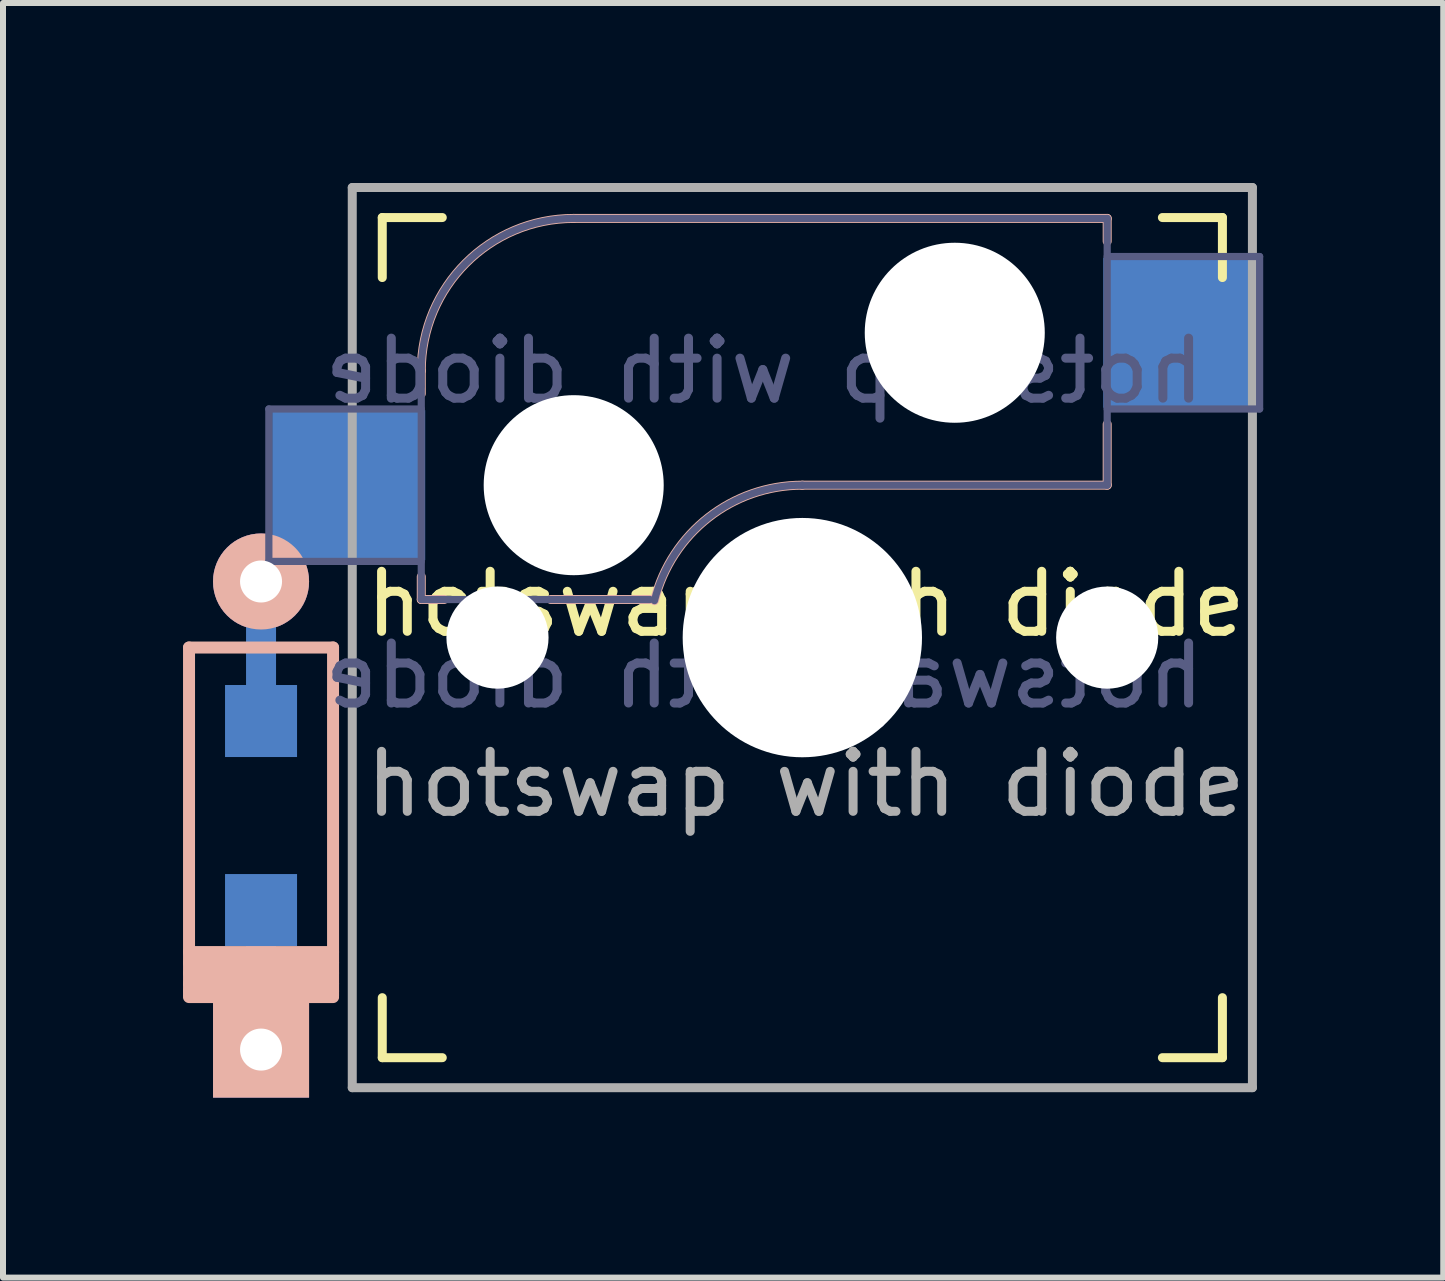
<source format=kicad_pcb>
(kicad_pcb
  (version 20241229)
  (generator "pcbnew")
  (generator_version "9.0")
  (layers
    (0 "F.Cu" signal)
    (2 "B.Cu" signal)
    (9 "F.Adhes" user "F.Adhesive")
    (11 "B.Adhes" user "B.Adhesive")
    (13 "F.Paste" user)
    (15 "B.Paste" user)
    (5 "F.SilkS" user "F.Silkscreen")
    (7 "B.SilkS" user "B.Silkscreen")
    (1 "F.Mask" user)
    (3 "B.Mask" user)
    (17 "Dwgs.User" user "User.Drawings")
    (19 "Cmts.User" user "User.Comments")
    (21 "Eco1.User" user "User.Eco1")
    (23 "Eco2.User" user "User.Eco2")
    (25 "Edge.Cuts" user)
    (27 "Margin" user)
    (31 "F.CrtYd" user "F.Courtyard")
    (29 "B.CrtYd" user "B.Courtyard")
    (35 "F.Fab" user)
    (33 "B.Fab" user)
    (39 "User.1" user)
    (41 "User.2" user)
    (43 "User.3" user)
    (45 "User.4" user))
  (footprint "hotswap with diode"
    (layer "F.Cu")
    (at 10.38 7.515)
    (property "Reference" "hotswap with diode" (at 0 -0.5 0) (unlocked yes) (layer "F.SilkS") (effects (font (size 1 1) (thickness 0.15))))
    (property "Value" "hotswap with diode" (at 0 1 0) (unlocked yes) (layer "F.Fab") (hide yes) (effects (font (size 1 1) (thickness 0.15))))
    (attr smd)
    (fp_line (start -7.06 -5.94) (end -7.06 -6.94) (stroke (width 0.15) (type solid)) (layer "F.SilkS"))
    (fp_line (start -7.06 7.06) (end -7.06 6.06) (stroke (width 0.15) (type solid)) (layer "F.SilkS"))
    (fp_line (start -7.06 7.06) (end -6.06 7.06) (stroke (width 0.15) (type solid)) (layer "F.SilkS"))
    (fp_line (start -6.06 -6.94) (end -7.06 -6.94) (stroke (width 0.15) (type solid)) (layer "F.SilkS"))
    (fp_line (start 5.94 7.06) (end 6.94 7.06) (stroke (width 0.15) (type solid)) (layer "F.SilkS"))
    (fp_line (start 6.94 -6.94) (end 5.94 -6.94) (stroke (width 0.15) (type solid)) (layer "F.SilkS"))
    (fp_line (start 6.94 -6.94) (end 6.94 -5.94) (stroke (width 0.15) (type solid)) (layer "F.SilkS"))
    (fp_line (start 6.94 6.06) (end 6.94 7.06) (stroke (width 0.15) (type solid)) (layer "F.SilkS"))
    (fp_line (start -10.28 0.225) (end -10.28 6.025) (stroke (width 0.2) (type solid)) (layer "B.SilkS"))
    (fp_line (start -10.28 6.05) (end -7.88 6.05) (stroke (width 0.2) (type solid)) (layer "B.SilkS"))
    (fp_line (start -7.88 0.225) (end -10.28 0.225) (stroke (width 0.2) (type solid)) (layer "B.SilkS"))
    (fp_line (start -7.88 5.3) (end -10.28 5.3) (stroke (width 0.2) (type solid)) (layer "B.SilkS"))
    (fp_line (start -7.88 5.475) (end -10.28 5.475) (stroke (width 0.2) (type solid)) (layer "B.SilkS"))
    (fp_line (start -7.88 5.65) (end -10.28 5.65) (stroke (width 0.2) (type solid)) (layer "B.SilkS"))
    (fp_line (start -7.88 5.825) (end -10.28 5.825) (stroke (width 0.2) (type solid)) (layer "B.SilkS"))
    (fp_line (start -7.88 5.95) (end -10.28 5.95) (stroke (width 0.2) (type solid)) (layer "B.SilkS"))
    (fp_line (start -7.88 6.025) (end -7.88 0.225) (stroke (width 0.2) (type solid)) (layer "B.SilkS"))
    (fp_line (start -6.41 -4.385) (end -6.41 -4.004) (stroke (width 0.15) (type solid)) (layer "B.SilkS"))
    (fp_line (start -6.41 -0.956) (end -6.41 -0.575) (stroke (width 0.15) (type solid)) (layer "B.SilkS"))
    (fp_line (start -6.029 -0.575) (end -6.41 -0.575) (stroke (width 0.15) (type solid)) (layer "B.SilkS"))
    (fp_line (start -3.87 -6.925) (end 5.02 -6.925) (stroke (width 0.15) (type solid)) (layer "B.SilkS"))
    (fp_line (start -2.524 -0.575) (end -4.251 -0.575) (stroke (width 0.15) (type solid)) (layer "B.SilkS"))
    (fp_line (start 5.02 -6.925) (end 5.02 -6.544) (stroke (width 0.15) (type solid)) (layer "B.SilkS"))
    (fp_line (start 5.02 -3.496) (end 5.02 -2.48) (stroke (width 0.15) (type solid)) (layer "B.SilkS"))
    (fp_line (start 5.02 -2.48) (end -0.06 -2.48) (stroke (width 0.15) (type solid)) (layer "B.SilkS"))
    (fp_arc (start -6.41 -4.385) (mid -5.666051 -6.181051) (end -3.87 -6.925) (stroke (width 0.15) (type solid)) (layer "B.SilkS"))
    (fp_arc (start -2.524162 -0.55604) (mid -1.623147 -1.942042) (end -0.06 -2.48) (stroke (width 0.15) (type solid)) (layer "B.SilkS"))
    (fp_line (start -6.96 6.96) (end -6.96 -6.84) (stroke (width 0.15) (type solid)) (layer "Eco2.User"))
    (fp_line (start -6.96 6.96) (end 6.84 6.96) (stroke (width 0.15) (type solid)) (layer "Eco2.User"))
    (fp_line (start 6.84 -6.84) (end -6.96 -6.84) (stroke (width 0.15) (type solid)) (layer "Eco2.User"))
    (fp_line (start 6.84 -6.84) (end 6.84 6.96) (stroke (width 0.15) (type solid)) (layer "Eco2.User"))
    (fp_line (start -8.95 -3.75) (end -6.41 -3.75) (stroke (width 0.12) (type solid)) (layer "B.Fab"))
    (fp_line (start -8.95 -1.21) (end -8.95 -3.75) (stroke (width 0.12) (type solid)) (layer "B.Fab"))
    (fp_line (start -6.41 -1.21) (end -8.95 -1.21) (stroke (width 0.12) (type solid)) (layer "B.Fab"))
    (fp_line (start -6.41 -0.575) (end -6.41 -4.385) (stroke (width 0.12) (type solid)) (layer "B.Fab"))
    (fp_line (start -6.41 -0.575) (end -2.6 -0.575) (stroke (width 0.12) (type solid)) (layer "B.Fab"))
    (fp_line (start -3.87 -6.925) (end 5.02 -6.925) (stroke (width 0.12) (type solid)) (layer "B.Fab"))
    (fp_line (start 5.02 -6.925) (end 5.02 -2.48) (stroke (width 0.12) (type solid)) (layer "B.Fab"))
    (fp_line (start 5.02 -6.29) (end 7.56 -6.29) (stroke (width 0.12) (type solid)) (layer "B.Fab"))
    (fp_line (start 5.02 -2.48) (end -0.06 -2.48) (stroke (width 0.12) (type solid)) (layer "B.Fab"))
    (fp_line (start 7.56 -6.29) (end 7.56 -3.75) (stroke (width 0.12) (type solid)) (layer "B.Fab"))
    (fp_line (start 7.56 -3.75) (end 5.02 -3.75) (stroke (width 0.12) (type solid)) (layer "B.Fab"))
    (fp_arc (start -6.41 -4.385) (mid -5.666051 -6.181051) (end -3.87 -6.925) (stroke (width 0.12) (type solid)) (layer "B.Fab"))
    (fp_arc (start -2.524162 -0.55604) (mid -1.623147 -1.942042) (end -0.06 -2.48) (stroke (width 0.12) (type solid)) (layer "B.Fab"))
    (fp_line (start -7.56 -7.44) (end 7.44 -7.44) (stroke (width 0.15) (type solid)) (layer "F.Fab"))
    (fp_line (start -7.56 7.56) (end -7.56 -7.44) (stroke (width 0.15) (type solid)) (layer "F.Fab"))
    (fp_line (start 7.44 -7.44) (end 7.44 7.56) (stroke (width 0.15) (type solid)) (layer "F.Fab"))
    (fp_line (start 7.44 7.56) (end -7.56 7.56) (stroke (width 0.15) (type solid)) (layer "F.Fab"))
    (fp_text user "${VALUE}" (at -0.695 0.695 0) (layer "B.Fab") (effects (font (size 1 1) (thickness 0.15)) (justify mirror)))
    (fp_text user "${REFERENCE}" (at -0.695 -4.385 0) (layer "B.Fab") (effects (font (size 1 1) (thickness 0.15)) (justify mirror)))
    (fp_text user "${REFERENCE}" (at 0 2.5 0) (unlocked yes) (layer "F.Fab") (effects (font (size 1 1) (thickness 0.15))))
    (pad "" np_thru_hole circle (at -5.14 0.06) (size 1.702 1.702) (drill 1.702) (layers "*.Cu" "*.Mask"))
    (pad "" np_thru_hole circle (at -3.87 -2.48) (size 3 3) (drill 3) (layers "*.Cu" "*.Mask"))
    (pad "" np_thru_hole circle (at -0.06 0.06) (size 3.988 3.988) (drill 3.988) (layers "*.Cu" "*.Mask"))
    (pad "" np_thru_hole circle (at 2.48 -5.02) (size 3 3) (drill 3) (layers "*.Cu" "*.Mask"))
    (pad "" np_thru_hole circle (at 5.02 0.06) (size 1.702 1.702) (drill 1.702) (layers "*.Cu" "*.Mask"))
    (pad "1" smd rect (at -9.08 4.6 270) (size 1.2 1.2) (layers "B.Cu" "B.Mask" "B.Paste"))
    (pad "1" smd rect (at -9.08 5.725 270) (size 2.5 0.5) (layers "B.Cu"))
    (pad "1" thru_hole rect (at -9.08 6.925 270) (size 1.6 1.6) (drill 0.7) (layers "*.Cu" "*.Mask" "B.SilkS"))
    (pad "1" smd rect (at 6.23 -5.02) (size 2.55 2.5) (layers "B.Cu" "B.Mask" "B.Paste"))
    (pad "2" thru_hole circle (at -9.08 -0.875 270) (size 1.6 1.6) (drill 0.7) (layers "*.Cu" "*.Mask" "B.SilkS"))
    (pad "2" smd rect (at -9.08 0.325 270) (size 2.5 0.5) (layers "B.Cu"))
    (pad "2" smd rect (at -9.08 1.45 270) (size 1.2 1.2) (layers "B.Cu" "B.Mask" "B.Paste"))
    (pad "2" smd rect (at -7.62 -2.48) (size 2.55 2.5) (layers "B.Cu" "B.Mask" "B.Paste")))
  (gr_rect
    (start -3 -3)
    (end 21 18.24)
    (stroke (width 0.1) (type default))
    (fill no)
    (layer "Edge.Cuts")))
</source>
